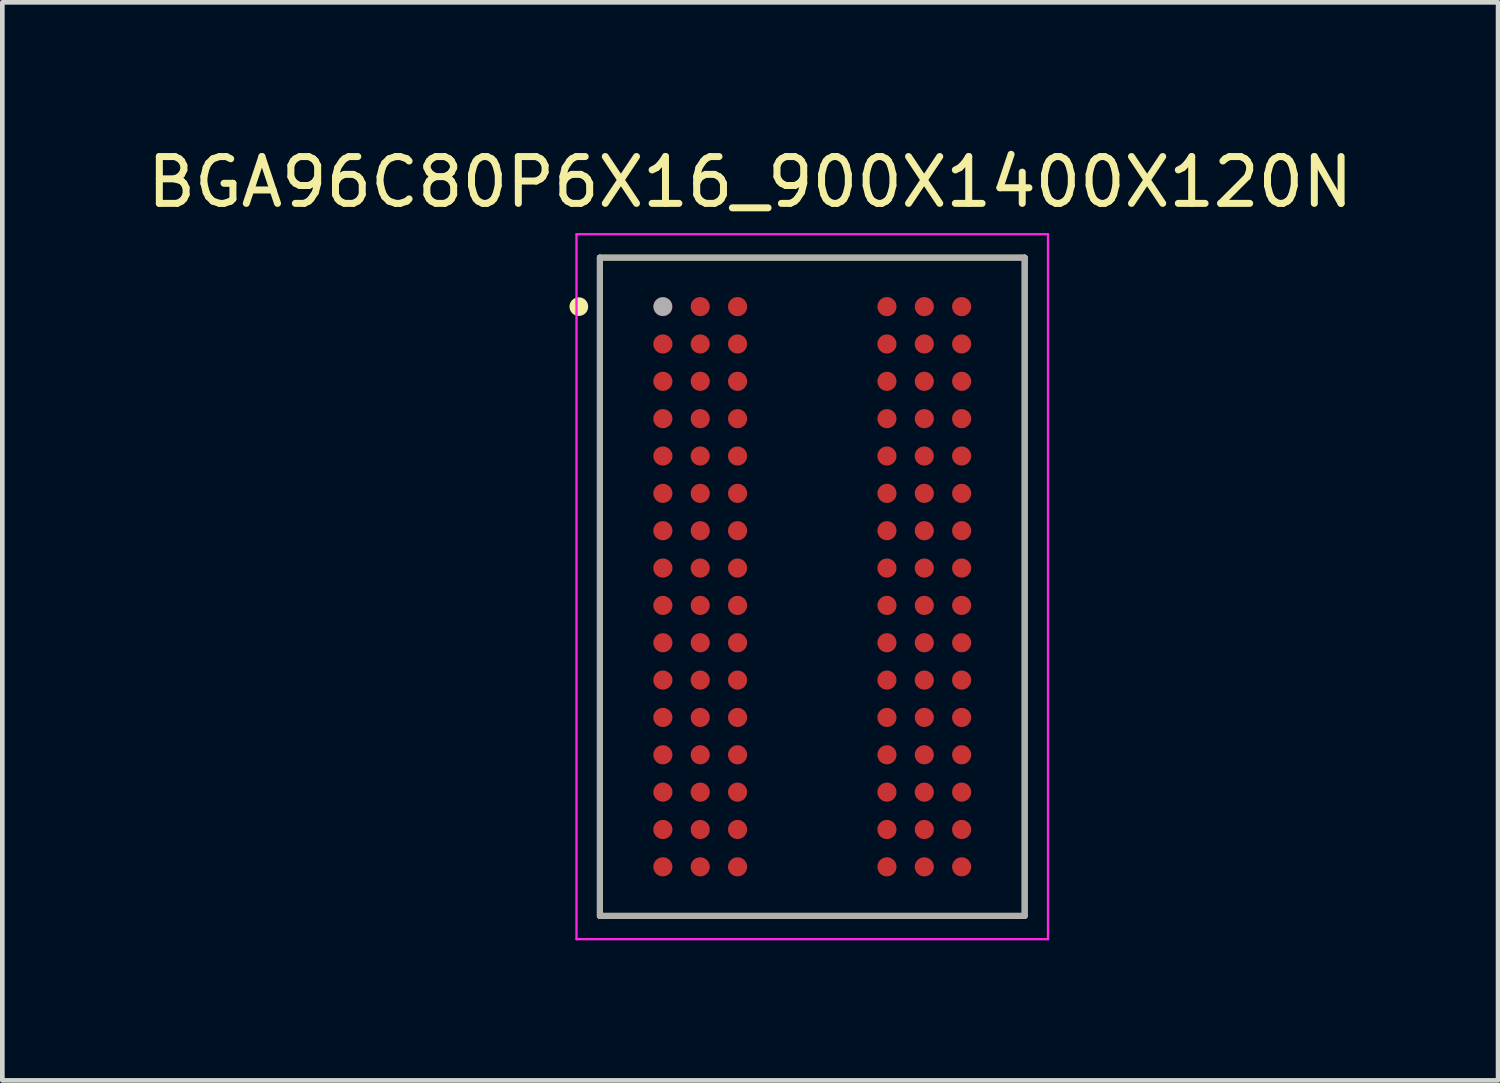
<source format=kicad_pcb>
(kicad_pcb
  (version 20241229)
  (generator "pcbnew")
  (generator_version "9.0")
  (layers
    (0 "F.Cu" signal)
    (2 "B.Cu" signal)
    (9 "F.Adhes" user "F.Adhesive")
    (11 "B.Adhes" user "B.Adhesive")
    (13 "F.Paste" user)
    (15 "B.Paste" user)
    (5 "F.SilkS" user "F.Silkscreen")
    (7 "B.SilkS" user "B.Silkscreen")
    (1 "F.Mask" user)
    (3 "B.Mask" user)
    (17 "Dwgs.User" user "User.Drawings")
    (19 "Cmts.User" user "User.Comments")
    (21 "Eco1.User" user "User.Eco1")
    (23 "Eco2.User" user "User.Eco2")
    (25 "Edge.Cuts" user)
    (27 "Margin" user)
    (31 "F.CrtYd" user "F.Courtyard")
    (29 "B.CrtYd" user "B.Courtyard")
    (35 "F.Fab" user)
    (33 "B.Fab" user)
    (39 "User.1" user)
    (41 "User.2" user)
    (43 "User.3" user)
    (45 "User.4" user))
  (footprint "BGA96C80P6X16_900X1400X120N"
    (layer "F.Cu")
    (at 14.349 9.518)
    (property "Reference" "BGA96C80P6X16_900X1400X120N" (at -1.329 -8.668 0) (layer "F.SilkS") (effects (font (size 1.003 1.003) (thickness 0.15))))
    (attr through_hole)
    (fp_line (start -4.55 -7.05) (end 4.55 -7.05) (stroke (width 0.127) (type solid)) (layer "F.SilkS"))
    (fp_line (start -4.55 7.05) (end -4.55 -7.05) (stroke (width 0.127) (type solid)) (layer "F.SilkS"))
    (fp_line (start 4.55 -7.05) (end 4.55 7.05) (stroke (width 0.127) (type solid)) (layer "F.SilkS"))
    (fp_line (start 4.55 7.05) (end -4.55 7.05) (stroke (width 0.127) (type solid)) (layer "F.SilkS"))
    (fp_circle (center -5 -6) (end -4.9 -6) (stroke (width 0.2) (type solid)) (fill no) (layer "F.SilkS"))
    (fp_line (start -5.05 -7.55) (end 5.05 -7.55) (stroke (width 0.05) (type solid)) (layer "F.CrtYd"))
    (fp_line (start -5.05 7.55) (end -5.05 -7.55) (stroke (width 0.05) (type solid)) (layer "F.CrtYd"))
    (fp_line (start 5.05 -7.55) (end 5.05 7.55) (stroke (width 0.05) (type solid)) (layer "F.CrtYd"))
    (fp_line (start 5.05 7.55) (end -5.05 7.55) (stroke (width 0.05) (type solid)) (layer "F.CrtYd"))
    (fp_line (start -4.55 -7.05) (end 4.55 -7.05) (stroke (width 0.127) (type solid)) (layer "F.Fab"))
    (fp_line (start -4.55 7.05) (end -4.55 -7.05) (stroke (width 0.127) (type solid)) (layer "F.Fab"))
    (fp_line (start 4.55 -7.05) (end 4.55 7.05) (stroke (width 0.127) (type solid)) (layer "F.Fab"))
    (fp_line (start 4.55 7.05) (end -4.55 7.05) (stroke (width 0.127) (type solid)) (layer "F.Fab"))
    (fp_circle (center -3.2 -6) (end -3.1 -6) (stroke (width 0.2) (type solid)) (fill no) (layer "F.Fab"))
    (pad "A1" smd circle (at -3.2 -6) (size 0.41 0.41) (layers "F.Cu" "F.Mask" "F.Paste"))
    (pad "A2" smd circle (at -2.4 -6) (size 0.41 0.41) (layers "F.Cu" "F.Mask" "F.Paste"))
    (pad "A3" smd circle (at -1.6 -6) (size 0.41 0.41) (layers "F.Cu" "F.Mask" "F.Paste"))
    (pad "A7" smd circle (at 1.6 -6) (size 0.41 0.41) (layers "F.Cu" "F.Mask" "F.Paste"))
    (pad "A8" smd circle (at 2.4 -6) (size 0.41 0.41) (layers "F.Cu" "F.Mask" "F.Paste"))
    (pad "A9" smd circle (at 3.2 -6) (size 0.41 0.41) (layers "F.Cu" "F.Mask" "F.Paste"))
    (pad "B1" smd circle (at -3.2 -5.2) (size 0.41 0.41) (layers "F.Cu" "F.Mask" "F.Paste"))
    (pad "B2" smd circle (at -2.4 -5.2) (size 0.41 0.41) (layers "F.Cu" "F.Mask" "F.Paste"))
    (pad "B3" smd circle (at -1.6 -5.2) (size 0.41 0.41) (layers "F.Cu" "F.Mask" "F.Paste"))
    (pad "B7" smd circle (at 1.6 -5.2) (size 0.41 0.41) (layers "F.Cu" "F.Mask" "F.Paste"))
    (pad "B8" smd circle (at 2.4 -5.2) (size 0.41 0.41) (layers "F.Cu" "F.Mask" "F.Paste"))
    (pad "B9" smd circle (at 3.2 -5.2) (size 0.41 0.41) (layers "F.Cu" "F.Mask" "F.Paste"))
    (pad "C1" smd circle (at -3.2 -4.4) (size 0.41 0.41) (layers "F.Cu" "F.Mask" "F.Paste"))
    (pad "C2" smd circle (at -2.4 -4.4) (size 0.41 0.41) (layers "F.Cu" "F.Mask" "F.Paste"))
    (pad "C3" smd circle (at -1.6 -4.4) (size 0.41 0.41) (layers "F.Cu" "F.Mask" "F.Paste"))
    (pad "C7" smd circle (at 1.6 -4.4) (size 0.41 0.41) (layers "F.Cu" "F.Mask" "F.Paste"))
    (pad "C8" smd circle (at 2.4 -4.4) (size 0.41 0.41) (layers "F.Cu" "F.Mask" "F.Paste"))
    (pad "C9" smd circle (at 3.2 -4.4) (size 0.41 0.41) (layers "F.Cu" "F.Mask" "F.Paste"))
    (pad "D1" smd circle (at -3.2 -3.6) (size 0.41 0.41) (layers "F.Cu" "F.Mask" "F.Paste"))
    (pad "D2" smd circle (at -2.4 -3.6) (size 0.41 0.41) (layers "F.Cu" "F.Mask" "F.Paste"))
    (pad "D3" smd circle (at -1.6 -3.6) (size 0.41 0.41) (layers "F.Cu" "F.Mask" "F.Paste"))
    (pad "D7" smd circle (at 1.6 -3.6) (size 0.41 0.41) (layers "F.Cu" "F.Mask" "F.Paste"))
    (pad "D8" smd circle (at 2.4 -3.6) (size 0.41 0.41) (layers "F.Cu" "F.Mask" "F.Paste"))
    (pad "D9" smd circle (at 3.2 -3.6) (size 0.41 0.41) (layers "F.Cu" "F.Mask" "F.Paste"))
    (pad "E1" smd circle (at -3.2 -2.8) (size 0.41 0.41) (layers "F.Cu" "F.Mask" "F.Paste"))
    (pad "E2" smd circle (at -2.4 -2.8) (size 0.41 0.41) (layers "F.Cu" "F.Mask" "F.Paste"))
    (pad "E3" smd circle (at -1.6 -2.8) (size 0.41 0.41) (layers "F.Cu" "F.Mask" "F.Paste"))
    (pad "E7" smd circle (at 1.6 -2.8) (size 0.41 0.41) (layers "F.Cu" "F.Mask" "F.Paste"))
    (pad "E8" smd circle (at 2.4 -2.8) (size 0.41 0.41) (layers "F.Cu" "F.Mask" "F.Paste"))
    (pad "E9" smd circle (at 3.2 -2.8) (size 0.41 0.41) (layers "F.Cu" "F.Mask" "F.Paste"))
    (pad "F1" smd circle (at -3.2 -2) (size 0.41 0.41) (layers "F.Cu" "F.Mask" "F.Paste"))
    (pad "F2" smd circle (at -2.4 -2) (size 0.41 0.41) (layers "F.Cu" "F.Mask" "F.Paste"))
    (pad "F3" smd circle (at -1.6 -2) (size 0.41 0.41) (layers "F.Cu" "F.Mask" "F.Paste"))
    (pad "F7" smd circle (at 1.6 -2) (size 0.41 0.41) (layers "F.Cu" "F.Mask" "F.Paste"))
    (pad "F8" smd circle (at 2.4 -2) (size 0.41 0.41) (layers "F.Cu" "F.Mask" "F.Paste"))
    (pad "F9" smd circle (at 3.2 -2) (size 0.41 0.41) (layers "F.Cu" "F.Mask" "F.Paste"))
    (pad "G1" smd circle (at -3.2 -1.2) (size 0.41 0.41) (layers "F.Cu" "F.Mask" "F.Paste"))
    (pad "G2" smd circle (at -2.4 -1.2) (size 0.41 0.41) (layers "F.Cu" "F.Mask" "F.Paste"))
    (pad "G3" smd circle (at -1.6 -1.2) (size 0.41 0.41) (layers "F.Cu" "F.Mask" "F.Paste"))
    (pad "G7" smd circle (at 1.6 -1.2) (size 0.41 0.41) (layers "F.Cu" "F.Mask" "F.Paste"))
    (pad "G8" smd circle (at 2.4 -1.2) (size 0.41 0.41) (layers "F.Cu" "F.Mask" "F.Paste"))
    (pad "G9" smd circle (at 3.2 -1.2) (size 0.41 0.41) (layers "F.Cu" "F.Mask" "F.Paste"))
    (pad "H1" smd circle (at -3.2 -0.4) (size 0.41 0.41) (layers "F.Cu" "F.Mask" "F.Paste"))
    (pad "H2" smd circle (at -2.4 -0.4) (size 0.41 0.41) (layers "F.Cu" "F.Mask" "F.Paste"))
    (pad "H3" smd circle (at -1.6 -0.4) (size 0.41 0.41) (layers "F.Cu" "F.Mask" "F.Paste"))
    (pad "H7" smd circle (at 1.6 -0.4) (size 0.41 0.41) (layers "F.Cu" "F.Mask" "F.Paste"))
    (pad "H8" smd circle (at 2.4 -0.4) (size 0.41 0.41) (layers "F.Cu" "F.Mask" "F.Paste"))
    (pad "H9" smd circle (at 3.2 -0.4) (size 0.41 0.41) (layers "F.Cu" "F.Mask" "F.Paste"))
    (pad "J1" smd circle (at -3.2 0.4) (size 0.41 0.41) (layers "F.Cu" "F.Mask" "F.Paste"))
    (pad "J2" smd circle (at -2.4 0.4) (size 0.41 0.41) (layers "F.Cu" "F.Mask" "F.Paste"))
    (pad "J3" smd circle (at -1.6 0.4) (size 0.41 0.41) (layers "F.Cu" "F.Mask" "F.Paste"))
    (pad "J7" smd circle (at 1.6 0.4) (size 0.41 0.41) (layers "F.Cu" "F.Mask" "F.Paste"))
    (pad "J8" smd circle (at 2.4 0.4) (size 0.41 0.41) (layers "F.Cu" "F.Mask" "F.Paste"))
    (pad "J9" smd circle (at 3.2 0.4) (size 0.41 0.41) (layers "F.Cu" "F.Mask" "F.Paste"))
    (pad "K1" smd circle (at -3.2 1.2) (size 0.41 0.41) (layers "F.Cu" "F.Mask" "F.Paste"))
    (pad "K2" smd circle (at -2.4 1.2) (size 0.41 0.41) (layers "F.Cu" "F.Mask" "F.Paste"))
    (pad "K3" smd circle (at -1.6 1.2) (size 0.41 0.41) (layers "F.Cu" "F.Mask" "F.Paste"))
    (pad "K7" smd circle (at 1.6 1.2) (size 0.41 0.41) (layers "F.Cu" "F.Mask" "F.Paste"))
    (pad "K8" smd circle (at 2.4 1.2) (size 0.41 0.41) (layers "F.Cu" "F.Mask" "F.Paste"))
    (pad "K9" smd circle (at 3.2 1.2) (size 0.41 0.41) (layers "F.Cu" "F.Mask" "F.Paste"))
    (pad "L1" smd circle (at -3.2 2) (size 0.41 0.41) (layers "F.Cu" "F.Mask" "F.Paste"))
    (pad "L2" smd circle (at -2.4 2) (size 0.41 0.41) (layers "F.Cu" "F.Mask" "F.Paste"))
    (pad "L3" smd circle (at -1.6 2) (size 0.41 0.41) (layers "F.Cu" "F.Mask" "F.Paste"))
    (pad "L7" smd circle (at 1.6 2) (size 0.41 0.41) (layers "F.Cu" "F.Mask" "F.Paste"))
    (pad "L8" smd circle (at 2.4 2) (size 0.41 0.41) (layers "F.Cu" "F.Mask" "F.Paste"))
    (pad "L9" smd circle (at 3.2 2) (size 0.41 0.41) (layers "F.Cu" "F.Mask" "F.Paste"))
    (pad "M1" smd circle (at -3.2 2.8) (size 0.41 0.41) (layers "F.Cu" "F.Mask" "F.Paste"))
    (pad "M2" smd circle (at -2.4 2.8) (size 0.41 0.41) (layers "F.Cu" "F.Mask" "F.Paste"))
    (pad "M3" smd circle (at -1.6 2.8) (size 0.41 0.41) (layers "F.Cu" "F.Mask" "F.Paste"))
    (pad "M7" smd circle (at 1.6 2.8) (size 0.41 0.41) (layers "F.Cu" "F.Mask" "F.Paste"))
    (pad "M8" smd circle (at 2.4 2.8) (size 0.41 0.41) (layers "F.Cu" "F.Mask" "F.Paste"))
    (pad "M9" smd circle (at 3.2 2.8) (size 0.41 0.41) (layers "F.Cu" "F.Mask" "F.Paste"))
    (pad "N1" smd circle (at -3.2 3.6) (size 0.41 0.41) (layers "F.Cu" "F.Mask" "F.Paste"))
    (pad "N2" smd circle (at -2.4 3.6) (size 0.41 0.41) (layers "F.Cu" "F.Mask" "F.Paste"))
    (pad "N3" smd circle (at -1.6 3.6) (size 0.41 0.41) (layers "F.Cu" "F.Mask" "F.Paste"))
    (pad "N7" smd circle (at 1.6 3.6) (size 0.41 0.41) (layers "F.Cu" "F.Mask" "F.Paste"))
    (pad "N8" smd circle (at 2.4 3.6) (size 0.41 0.41) (layers "F.Cu" "F.Mask" "F.Paste"))
    (pad "N9" smd circle (at 3.2 3.6) (size 0.41 0.41) (layers "F.Cu" "F.Mask" "F.Paste"))
    (pad "P1" smd circle (at -3.2 4.4) (size 0.41 0.41) (layers "F.Cu" "F.Mask" "F.Paste"))
    (pad "P2" smd circle (at -2.4 4.4) (size 0.41 0.41) (layers "F.Cu" "F.Mask" "F.Paste"))
    (pad "P3" smd circle (at -1.6 4.4) (size 0.41 0.41) (layers "F.Cu" "F.Mask" "F.Paste"))
    (pad "P7" smd circle (at 1.6 4.4) (size 0.41 0.41) (layers "F.Cu" "F.Mask" "F.Paste"))
    (pad "P8" smd circle (at 2.4 4.4) (size 0.41 0.41) (layers "F.Cu" "F.Mask" "F.Paste"))
    (pad "P9" smd circle (at 3.2 4.4) (size 0.41 0.41) (layers "F.Cu" "F.Mask" "F.Paste"))
    (pad "R1" smd circle (at -3.2 5.2) (size 0.41 0.41) (layers "F.Cu" "F.Mask" "F.Paste"))
    (pad "R2" smd circle (at -2.4 5.2) (size 0.41 0.41) (layers "F.Cu" "F.Mask" "F.Paste"))
    (pad "R3" smd circle (at -1.6 5.2) (size 0.41 0.41) (layers "F.Cu" "F.Mask" "F.Paste"))
    (pad "R7" smd circle (at 1.6 5.2) (size 0.41 0.41) (layers "F.Cu" "F.Mask" "F.Paste"))
    (pad "R8" smd circle (at 2.4 5.2) (size 0.41 0.41) (layers "F.Cu" "F.Mask" "F.Paste"))
    (pad "R9" smd circle (at 3.2 5.2) (size 0.41 0.41) (layers "F.Cu" "F.Mask" "F.Paste"))
    (pad "T1" smd circle (at -3.2 6) (size 0.41 0.41) (layers "F.Cu" "F.Mask" "F.Paste"))
    (pad "T2" smd circle (at -2.4 6) (size 0.41 0.41) (layers "F.Cu" "F.Mask" "F.Paste"))
    (pad "T3" smd circle (at -1.6 6) (size 0.41 0.41) (layers "F.Cu" "F.Mask" "F.Paste"))
    (pad "T7" smd circle (at 1.6 6) (size 0.41 0.41) (layers "F.Cu" "F.Mask" "F.Paste"))
    (pad "T8" smd circle (at 2.4 6) (size 0.41 0.41) (layers "F.Cu" "F.Mask" "F.Paste"))
    (pad "T9" smd circle (at 3.2 6) (size 0.41 0.41) (layers "F.Cu" "F.Mask" "F.Paste")))
  (gr_rect
    (start -3 -3)
    (end 29.04 20.093)
    (stroke (width 0.1) (type default))
    (fill no)
    (layer "Edge.Cuts")))
</source>
